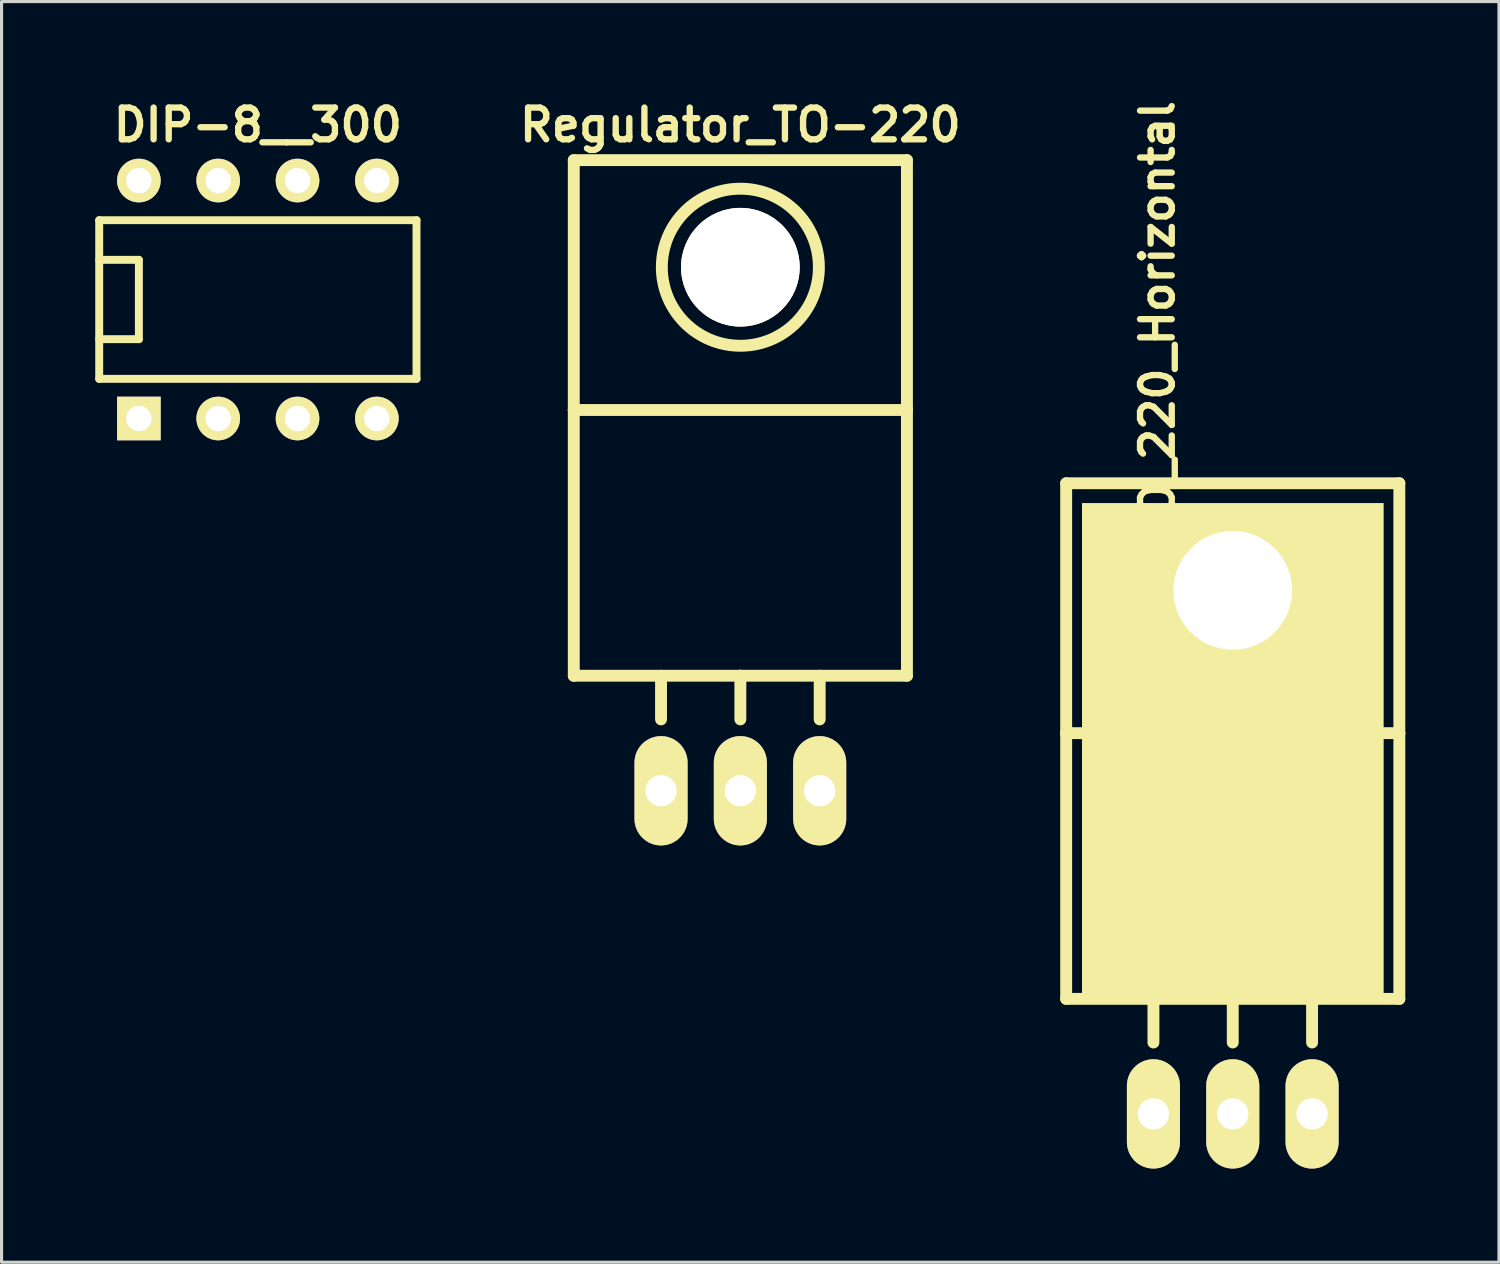
<source format=kicad_pcb>
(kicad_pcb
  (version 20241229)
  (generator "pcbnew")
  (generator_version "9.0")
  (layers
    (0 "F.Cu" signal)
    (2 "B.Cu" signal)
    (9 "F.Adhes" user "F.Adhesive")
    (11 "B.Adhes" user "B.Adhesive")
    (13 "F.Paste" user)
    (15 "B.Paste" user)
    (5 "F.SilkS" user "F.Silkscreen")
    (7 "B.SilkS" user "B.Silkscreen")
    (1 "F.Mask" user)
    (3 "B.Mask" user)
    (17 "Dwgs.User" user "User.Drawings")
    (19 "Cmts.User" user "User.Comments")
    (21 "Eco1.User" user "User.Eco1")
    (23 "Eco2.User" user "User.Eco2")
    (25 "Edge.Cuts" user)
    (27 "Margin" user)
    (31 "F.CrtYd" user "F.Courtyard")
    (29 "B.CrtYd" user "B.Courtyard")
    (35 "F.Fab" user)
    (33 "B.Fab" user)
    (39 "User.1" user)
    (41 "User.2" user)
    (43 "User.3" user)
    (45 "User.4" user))
  (footprint "Regulator_TO-220"
    (layer "F.Cu")
    (at 20.657 22.271)
    (property "Reference" "Regulator_TO-220" (at 0 -21.32 0) (layer "F.SilkS") (effects (font (size 1.016 1.016) (thickness 0.203))))
    (attr through_hole)
    (fp_line (start -5.334 -20.193) (end -5.334 -12.192) (stroke (width 0.381) (type solid)) (layer "F.SilkS"))
    (fp_line (start -5.334 -12.192) (end -5.334 -3.683) (stroke (width 0.381) (type solid)) (layer "F.SilkS"))
    (fp_line (start -2.54 -3.683) (end -2.54 -2.286) (stroke (width 0.381) (type solid)) (layer "F.SilkS"))
    (fp_line (start 0 -3.683) (end -5.334 -3.683) (stroke (width 0.381) (type solid)) (layer "F.SilkS"))
    (fp_line (start 0 -3.683) (end 0 -2.286) (stroke (width 0.381) (type solid)) (layer "F.SilkS"))
    (fp_line (start 0 -3.683) (end 5.334 -3.683) (stroke (width 0.381) (type solid)) (layer "F.SilkS"))
    (fp_line (start 2.54 -3.683) (end 2.54 -2.286) (stroke (width 0.381) (type solid)) (layer "F.SilkS"))
    (fp_line (start 5.334 -20.193) (end -5.334 -20.193) (stroke (width 0.381) (type solid)) (layer "F.SilkS"))
    (fp_line (start 5.334 -12.192) (end -5.334 -12.192) (stroke (width 0.381) (type solid)) (layer "F.SilkS"))
    (fp_line (start 5.334 -12.192) (end 5.334 -20.193) (stroke (width 0.381) (type solid)) (layer "F.SilkS"))
    (fp_line (start 5.334 -3.683) (end 5.334 -12.192) (stroke (width 0.381) (type solid)) (layer "F.SilkS"))
    (fp_circle (center 0 -16.764) (end 1.778 -14.986) (stroke (width 0.381) (type solid)) (fill no) (layer "F.SilkS"))
    (pad "" np_thru_hole circle (at 0 -16.764 90) (size 3.8 3.8) (drill 3.8) (layers "*.Cu" "*.Mask" "F.SilkS"))
    (pad "1" thru_hole oval (at -2.54 0 90) (size 3.5 1.699) (drill 1.001) (layers "*.Cu" "*.Mask" "F.SilkS"))
    (pad "2" thru_hole oval (at 0 0 90) (size 3.5 1.699) (drill 1.001) (layers "*.Cu" "*.Mask" "F.SilkS"))
    (pad "3" thru_hole oval (at 2.54 0 90) (size 3.5 1.699) (drill 1.001) (layers "*.Cu" "*.Mask" "F.SilkS")))
  (footprint "DIP-8__300"
    (layer "F.Cu")
    (at 5.207 6.541)
    (property "Reference" "DIP-8__300" (at 0 -5.59 180) (layer "F.SilkS") (effects (font (size 1.016 1.016) (thickness 0.203))))
    (attr through_hole)
    (fp_line (start -5.08 -2.54) (end 5.08 -2.54) (stroke (width 0.254) (type solid)) (layer "F.SilkS"))
    (fp_line (start -5.08 -1.27) (end -3.81 -1.27) (stroke (width 0.254) (type solid)) (layer "F.SilkS"))
    (fp_line (start -5.08 2.54) (end -5.08 -2.54) (stroke (width 0.254) (type solid)) (layer "F.SilkS"))
    (fp_line (start -3.81 -1.27) (end -3.81 1.27) (stroke (width 0.254) (type solid)) (layer "F.SilkS"))
    (fp_line (start -3.81 1.27) (end -5.08 1.27) (stroke (width 0.254) (type solid)) (layer "F.SilkS"))
    (fp_line (start 5.08 -2.54) (end 5.08 2.54) (stroke (width 0.254) (type solid)) (layer "F.SilkS"))
    (fp_line (start 5.08 2.54) (end -5.08 2.54) (stroke (width 0.254) (type solid)) (layer "F.SilkS"))
    (pad "1" thru_hole rect (at -3.81 3.81) (size 1.397 1.397) (drill 0.813) (layers "*.Cu" "*.Mask" "F.SilkS"))
    (pad "2" thru_hole circle (at -1.27 3.81) (size 1.397 1.397) (drill 0.813) (layers "*.Cu" "*.Mask" "F.SilkS"))
    (pad "3" thru_hole circle (at 1.27 3.81) (size 1.397 1.397) (drill 0.813) (layers "*.Cu" "*.Mask" "F.SilkS"))
    (pad "4" thru_hole circle (at 3.81 3.81) (size 1.397 1.397) (drill 0.813) (layers "*.Cu" "*.Mask" "F.SilkS"))
    (pad "5" thru_hole circle (at 3.81 -3.81) (size 1.397 1.397) (drill 0.813) (layers "*.Cu" "*.Mask" "F.SilkS"))
    (pad "6" thru_hole circle (at 1.27 -3.81) (size 1.397 1.397) (drill 0.813) (layers "*.Cu" "*.Mask" "F.SilkS"))
    (pad "7" thru_hole circle (at -1.27 -3.81) (size 1.397 1.397) (drill 0.813) (layers "*.Cu" "*.Mask" "F.SilkS"))
    (pad "8" thru_hole circle (at -3.81 -3.81) (size 1.397 1.397) (drill 0.813) (layers "*.Cu" "*.Mask" "F.SilkS")))
  (footprint "Regulator_TO_220_Horizontal"
    (layer "F.Cu")
    (at 36.424 32.618)
    (property "Reference" "Regulator_TO_220_Horizontal" (at -2.413 -21.336 90) (layer "F.SilkS") (effects (font (size 1.016 1.016) (thickness 0.203))))
    (attr through_hole)
    (fp_line (start -5.334 -20.193) (end -5.334 -12.192) (stroke (width 0.381) (type solid)) (layer "F.SilkS"))
    (fp_line (start -5.334 -12.192) (end -5.334 -3.683) (stroke (width 0.381) (type solid)) (layer "F.SilkS"))
    (fp_line (start -2.54 -3.683) (end -2.54 -2.286) (stroke (width 0.381) (type solid)) (layer "F.SilkS"))
    (fp_line (start 0 -3.683) (end -5.334 -3.683) (stroke (width 0.381) (type solid)) (layer "F.SilkS"))
    (fp_line (start 0 -3.683) (end 0 -2.286) (stroke (width 0.381) (type solid)) (layer "F.SilkS"))
    (fp_line (start 0 -3.683) (end 5.334 -3.683) (stroke (width 0.381) (type solid)) (layer "F.SilkS"))
    (fp_line (start 2.54 -3.683) (end 2.54 -2.286) (stroke (width 0.381) (type solid)) (layer "F.SilkS"))
    (fp_line (start 5.334 -20.193) (end -5.334 -20.193) (stroke (width 0.381) (type solid)) (layer "F.SilkS"))
    (fp_line (start 5.334 -12.192) (end -5.334 -12.192) (stroke (width 0.381) (type solid)) (layer "F.SilkS"))
    (fp_line (start 5.334 -12.192) (end 5.334 -20.193) (stroke (width 0.381) (type solid)) (layer "F.SilkS"))
    (fp_line (start 5.334 -3.683) (end 5.334 -12.192) (stroke (width 0.381) (type solid)) (layer "F.SilkS"))
    (fp_circle (center 0 -16.764) (end 1.778 -14.986) (stroke (width 0.381) (type solid)) (fill no) (layer "F.SilkS"))
    (pad "1" thru_hole oval (at -2.54 0 90) (size 3.5 1.699) (drill 1.001) (layers "*.Cu" "*.Mask" "F.SilkS"))
    (pad "2" thru_hole rect (at 0 -16.764 90) (size 15.748 9.652) (drill 3.8 (offset -5.08 0)) (layers "*.Cu" "F.Mask" "F.SilkS"))
    (pad "2" thru_hole oval (at 0 0 90) (size 3.5 1.699) (drill 1.001) (layers "*.Cu" "*.Mask" "F.SilkS"))
    (pad "3" thru_hole oval (at 2.54 0 90) (size 3.5 1.699) (drill 1.001) (layers "*.Cu" "*.Mask" "F.SilkS")))
  (gr_rect
    (start -3 -3)
    (end 44.948 37.368)
    (stroke (width 0.1) (type default))
    (fill no)
    (layer "Edge.Cuts")))
</source>
